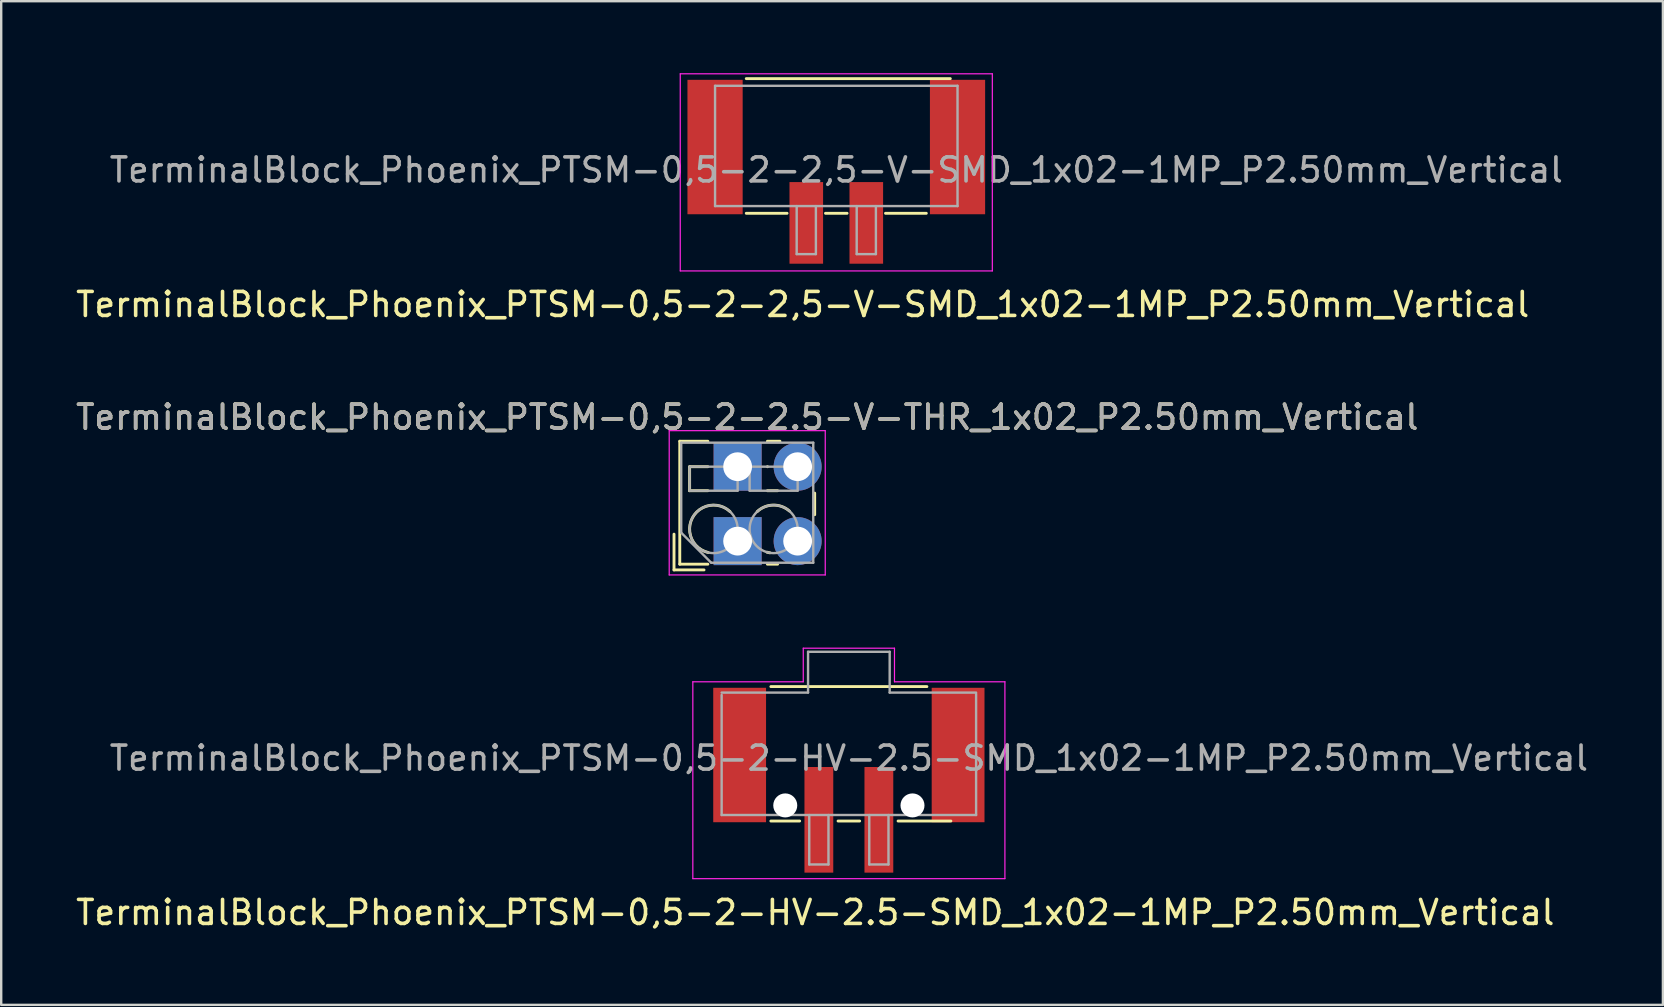
<source format=kicad_pcb>
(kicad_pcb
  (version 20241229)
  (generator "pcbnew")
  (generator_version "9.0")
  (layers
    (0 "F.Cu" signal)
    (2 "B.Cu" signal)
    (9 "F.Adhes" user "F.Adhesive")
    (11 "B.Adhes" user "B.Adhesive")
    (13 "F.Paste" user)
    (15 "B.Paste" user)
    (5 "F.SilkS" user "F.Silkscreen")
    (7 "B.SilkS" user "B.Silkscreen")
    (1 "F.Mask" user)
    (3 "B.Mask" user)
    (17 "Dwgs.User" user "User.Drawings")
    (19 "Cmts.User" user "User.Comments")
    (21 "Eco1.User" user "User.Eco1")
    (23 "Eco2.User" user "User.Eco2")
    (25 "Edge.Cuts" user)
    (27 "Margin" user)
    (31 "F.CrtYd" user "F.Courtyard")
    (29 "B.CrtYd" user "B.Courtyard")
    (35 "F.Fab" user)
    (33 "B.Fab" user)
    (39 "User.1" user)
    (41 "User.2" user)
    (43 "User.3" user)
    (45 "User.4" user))
  (footprint "TerminalBlock_Phoenix_PTSM-0,5-2-2.5-V-THR_1x02_P2.50mm_Vertical"
    (layer "F.Cu")
    (at 27.677 19.491)
    (property "Reference" "TerminalBlock_Phoenix_PTSM-0,5-2-2.5-V-THR_1x02_P2.50mm_Vertical" (at 0.4 -5.16 0) (layer "F.SilkS") (effects (font (size 1 1) (thickness 0.15))))
    (attr through_hole)
    (fp_line (start -2.65 -0.29) (end -2.65 1.2) (stroke (width 0.12) (type solid)) (layer "F.SilkS"))
    (fp_line (start -2.65 1.2) (end -1.4 1.2) (stroke (width 0.12) (type solid)) (layer "F.SilkS"))
    (fp_line (start -2.41 -4.16) (end -2.41 0.961) (stroke (width 0.12) (type solid)) (layer "F.SilkS"))
    (fp_line (start -2.41 -4.16) (end -1.24 -4.16) (stroke (width 0.12) (type solid)) (layer "F.SilkS"))
    (fp_line (start -2.41 0.961) (end -1.24 0.961) (stroke (width 0.12) (type solid)) (layer "F.SilkS"))
    (fp_line (start -2 -3.1) (end -2 -2.1) (stroke (width 0.12) (type solid)) (layer "F.SilkS"))
    (fp_line (start -2 -3.1) (end -1.24 -3.1) (stroke (width 0.12) (type solid)) (layer "F.SilkS"))
    (fp_line (start -2 -2.1) (end -1.24 -2.1) (stroke (width 0.12) (type solid)) (layer "F.SilkS"))
    (fp_line (start 1.24 -4.16) (end 1.763 -4.16) (stroke (width 0.12) (type solid)) (layer "F.SilkS"))
    (fp_line (start 1.24 -3.1) (end 1.245 -3.1) (stroke (width 0.12) (type solid)) (layer "F.SilkS"))
    (fp_line (start 1.24 -2.1) (end 1.665 -2.1) (stroke (width 0.12) (type solid)) (layer "F.SilkS"))
    (fp_line (start 1.24 0.961) (end 1.665 0.961) (stroke (width 0.12) (type solid)) (layer "F.SilkS"))
    (fp_line (start 3.21 -2) (end 3.21 -1.1) (stroke (width 0.12) (type solid)) (layer "F.SilkS"))
    (fp_arc (start -1.224629 0.474931) (mid -1.883573 -0.969306) (end -0.318 -1.232) (stroke (width 0.12) (type solid)) (layer "F.SilkS"))
    (fp_arc (start 0.817811 -1.23232) (mid 1.483053 -1.500693) (end 2.157 -1.255) (stroke (width 0.12) (type solid)) (layer "F.SilkS"))
    (fp_arc (start 1.344288 0.488343) (mid 1.284242 0.476994) (end 1.225 0.462) (stroke (width 0.12) (type solid)) (layer "F.SilkS"))
    (fp_line (start -2.85 -4.6) (end -2.85 1.41) (stroke (width 0.05) (type solid)) (layer "F.CrtYd"))
    (fp_line (start -2.85 1.41) (end 3.65 1.41) (stroke (width 0.05) (type solid)) (layer "F.CrtYd"))
    (fp_line (start 3.65 -4.6) (end -2.85 -4.6) (stroke (width 0.05) (type solid)) (layer "F.CrtYd"))
    (fp_line (start 3.65 1.41) (end 3.65 -4.6) (stroke (width 0.05) (type solid)) (layer "F.CrtYd"))
    (fp_line (start -2.35 -4.1) (end 3.15 -4.1) (stroke (width 0.1) (type solid)) (layer "F.Fab"))
    (fp_line (start -2.35 -0.35) (end -2.35 -4.1) (stroke (width 0.1) (type solid)) (layer "F.Fab"))
    (fp_line (start -2 -3.1) (end -2 -2.1) (stroke (width 0.1) (type solid)) (layer "F.Fab"))
    (fp_line (start -2 -2.1) (end 0 -2.1) (stroke (width 0.1) (type solid)) (layer "F.Fab"))
    (fp_line (start -1.1 0.9) (end -2.35 -0.35) (stroke (width 0.1) (type solid)) (layer "F.Fab"))
    (fp_line (start 0 -3.1) (end -2 -3.1) (stroke (width 0.1) (type solid)) (layer "F.Fab"))
    (fp_line (start 0 -2.1) (end 0 -3.1) (stroke (width 0.1) (type solid)) (layer "F.Fab"))
    (fp_line (start 0.5 -3.1) (end 0.5 -2.1) (stroke (width 0.1) (type solid)) (layer "F.Fab"))
    (fp_line (start 0.5 -2.1) (end 2.5 -2.1) (stroke (width 0.1) (type solid)) (layer "F.Fab"))
    (fp_line (start 2.5 -3.1) (end 0.5 -3.1) (stroke (width 0.1) (type solid)) (layer "F.Fab"))
    (fp_line (start 2.5 -2.1) (end 2.5 -3.1) (stroke (width 0.1) (type solid)) (layer "F.Fab"))
    (fp_line (start 3.15 -4.1) (end 3.15 0.9) (stroke (width 0.1) (type solid)) (layer "F.Fab"))
    (fp_line (start 3.15 0.9) (end -1.1 0.9) (stroke (width 0.1) (type solid)) (layer "F.Fab"))
    (fp_circle (center -1 -0.5) (end 0 -0.5) (stroke (width 0.1) (type solid)) (fill no) (layer "F.Fab"))
    (fp_circle (center 1.5 -0.5) (end 2.5 -0.5) (stroke (width 0.1) (type solid)) (fill no) (layer "F.Fab"))
    (fp_text user "${REFERENCE}" (at 0.4 -5.16 0) (layer "F.Fab") (effects (font (size 1 1) (thickness 0.15))))
    (pad "1" thru_hole rect (at 0 -3.1) (size 2 2) (drill 1.2) (layers "*.Cu" "*.Mask"))
    (pad "1" thru_hole rect (at 0 0) (size 2 2) (drill 1.2) (layers "*.Cu" "*.Mask"))
    (pad "2" thru_hole circle (at 2.5 -3.1) (size 2 2) (drill 1.2) (layers "*.Cu" "*.Mask"))
    (pad "2" thru_hole circle (at 2.5 0) (size 2 2) (drill 1.2) (layers "*.Cu" "*.Mask")))
  (footprint "TerminalBlock_Phoenix_PTSM-0,5-2-2,5-V-SMD_1x02-1MP_P2.50mm_Vertical"
    (layer "F.Cu")
    (at 31.787 4.105)
    (property "Reference" "TerminalBlock_Phoenix_PTSM-0,5-2-2,5-V-SMD_1x02-1MP_P2.50mm_Vertical" (at -1.4 5.53 0) (layer "F.SilkS") (effects (font (size 1 1) (thickness 0.15))))
    (attr smd)
    (fp_line (start -3.75 -3.88) (end 4.75 -3.88) (stroke (width 0.12) (type solid)) (layer "F.SilkS"))
    (fp_line (start -2.05 1.73) (end -3.75 1.73) (stroke (width 0.12) (type solid)) (layer "F.SilkS"))
    (fp_line (start 0.45 1.73) (end -0.45 1.73) (stroke (width 0.12) (type solid)) (layer "F.SilkS"))
    (fp_line (start 3.75 1.73) (end 2.05 1.73) (stroke (width 0.12) (type solid)) (layer "F.SilkS"))
    (fp_line (start -6.5 -4.08) (end 6.5 -4.08) (stroke (width 0.05) (type solid)) (layer "F.CrtYd"))
    (fp_line (start -6.5 4.13) (end -6.5 -4.08) (stroke (width 0.05) (type solid)) (layer "F.CrtYd"))
    (fp_line (start 6.5 -4.08) (end 6.5 4.13) (stroke (width 0.05) (type solid)) (layer "F.CrtYd"))
    (fp_line (start 6.5 4.13) (end -6.5 4.13) (stroke (width 0.05) (type solid)) (layer "F.CrtYd"))
    (fp_line (start -5.05 -3.58) (end 5.05 -3.58) (stroke (width 0.1) (type solid)) (layer "F.Fab"))
    (fp_line (start -5.05 1.43) (end -5.05 -3.58) (stroke (width 0.1) (type solid)) (layer "F.Fab"))
    (fp_line (start -1.65 1.43) (end -1.65 3.43) (stroke (width 0.1) (type solid)) (layer "F.Fab"))
    (fp_line (start -1.65 3.43) (end -0.85 3.43) (stroke (width 0.1) (type solid)) (layer "F.Fab"))
    (fp_line (start -0.85 1.43) (end -0.85 3.43) (stroke (width 0.1) (type solid)) (layer "F.Fab"))
    (fp_line (start 0.85 1.43) (end 0.85 3.43) (stroke (width 0.1) (type solid)) (layer "F.Fab"))
    (fp_line (start 0.85 3.43) (end 1.65 3.43) (stroke (width 0.1) (type solid)) (layer "F.Fab"))
    (fp_line (start 1.65 1.43) (end 1.65 3.43) (stroke (width 0.1) (type solid)) (layer "F.Fab"))
    (fp_line (start 5.05 1.43) (end -5.05 1.43) (stroke (width 0.1) (type solid)) (layer "F.Fab"))
    (fp_line (start 5.05 1.43) (end 5.05 -3.58) (stroke (width 0.1) (type solid)) (layer "F.Fab"))
    (fp_text user "${REFERENCE}" (at 0 -0.075 0) (layer "F.Fab") (effects (font (size 1 1) (thickness 0.15))))
    (pad "1" smd rect (at -1.25 2.13 180) (size 1.4 3.4) (layers "F.Cu" "F.Mask" "F.Paste"))
    (pad "2" smd rect (at 1.25 2.13 180) (size 1.4 3.4) (layers "F.Cu" "F.Mask" "F.Paste"))
    (pad "MP" smd rect (at -5.05 -1.03 180) (size 2.3 5.6) (layers "F.Cu" "F.Mask" "F.Paste"))
    (pad "MP" smd rect (at 5.05 -1.03 180) (size 2.3 5.6) (layers "F.Cu" "F.Mask" "F.Paste")))
  (footprint "TerminalBlock_Phoenix_PTSM-0,5-2-HV-2.5-SMD_1x02-1MP_P2.50mm_Vertical"
    (layer "F.Cu")
    (at 32.311 29.451)
    (property "Reference" "TerminalBlock_Phoenix_PTSM-0,5-2-HV-2.5-SMD_1x02-1MP_P2.50mm_Vertical" (at -1.4 5.51 0) (layer "F.SilkS") (effects (font (size 1 1) (thickness 0.15))))
    (attr smd)
    (fp_line (start -3.25 -3.9) (end 3.25 -3.9) (stroke (width 0.12) (type solid)) (layer "F.SilkS"))
    (fp_line (start -2.05 1.7) (end -3.25 1.7) (stroke (width 0.12) (type solid)) (layer "F.SilkS"))
    (fp_line (start 0.45 1.7) (end -0.45 1.7) (stroke (width 0.12) (type solid)) (layer "F.SilkS"))
    (fp_line (start 4.25 1.7) (end 2.05 1.7) (stroke (width 0.12) (type solid)) (layer "F.SilkS"))
    (fp_line (start -6.5 -4.1) (end -1.9 -4.1) (stroke (width 0.05) (type solid)) (layer "F.CrtYd"))
    (fp_line (start -6.5 4.1) (end -6.5 -4.1) (stroke (width 0.05) (type solid)) (layer "F.CrtYd"))
    (fp_line (start -1.9 -5.5) (end 1.9 -5.5) (stroke (width 0.05) (type solid)) (layer "F.CrtYd"))
    (fp_line (start -1.9 -4.1) (end -1.9 -5.5) (stroke (width 0.05) (type solid)) (layer "F.CrtYd"))
    (fp_line (start 1.9 -4.1) (end 1.9 -5.5) (stroke (width 0.05) (type solid)) (layer "F.CrtYd"))
    (fp_line (start 6.5 -4.1) (end 1.9 -4.1) (stroke (width 0.05) (type solid)) (layer "F.CrtYd"))
    (fp_line (start 6.5 -4.1) (end 6.5 4.1) (stroke (width 0.05) (type solid)) (layer "F.CrtYd"))
    (fp_line (start 6.5 4.1) (end -6.5 4.1) (stroke (width 0.05) (type solid)) (layer "F.CrtYd"))
    (fp_line (start -5.3 -3.65) (end -1.7 -3.65) (stroke (width 0.1) (type solid)) (layer "F.Fab"))
    (fp_line (start -5.3 1.45) (end -5.3 -3.55) (stroke (width 0.1) (type solid)) (layer "F.Fab"))
    (fp_line (start -1.7 -5.35) (end 1.7 -5.35) (stroke (width 0.1) (type solid)) (layer "F.Fab"))
    (fp_line (start -1.7 -3.65) (end -1.7 -5.35) (stroke (width 0.1) (type solid)) (layer "F.Fab"))
    (fp_line (start -1.65 1.45) (end -1.65 3.51) (stroke (width 0.1) (type solid)) (layer "F.Fab"))
    (fp_line (start -1.65 3.51) (end -0.85 3.51) (stroke (width 0.1) (type solid)) (layer "F.Fab"))
    (fp_line (start -0.85 1.45) (end -0.85 3.51) (stroke (width 0.1) (type solid)) (layer "F.Fab"))
    (fp_line (start 0.85 1.45) (end 0.85 3.51) (stroke (width 0.1) (type solid)) (layer "F.Fab"))
    (fp_line (start 0.85 3.51) (end 1.65 3.51) (stroke (width 0.1) (type solid)) (layer "F.Fab"))
    (fp_line (start 1.65 1.45) (end 1.65 3.51) (stroke (width 0.1) (type solid)) (layer "F.Fab"))
    (fp_line (start 1.7 -5.35) (end 1.7 -3.65) (stroke (width 0.1) (type solid)) (layer "F.Fab"))
    (fp_line (start 1.7 -3.65) (end 5.3 -3.65) (stroke (width 0.1) (type solid)) (layer "F.Fab"))
    (fp_line (start 5.3 1.45) (end -5.3 1.45) (stroke (width 0.1) (type solid)) (layer "F.Fab"))
    (fp_line (start 5.3 1.45) (end 5.3 -3.6) (stroke (width 0.1) (type solid)) (layer "F.Fab"))
    (fp_text user "${REFERENCE}" (at 0 -0.92 0) (layer "F.Fab") (effects (font (size 1 1) (thickness 0.15))))
    (pad "" np_thru_hole circle (at -2.65 1.05) (size 1 1) (drill 1) (layers "*.Cu" "*.Mask"))
    (pad "" np_thru_hole circle (at 2.65 1.05) (size 1 1) (drill 1) (layers "*.Cu" "*.Mask"))
    (pad "1" smd rect (at -1.25 1.65 180) (size 1.2 4.4) (layers "F.Cu" "F.Mask" "F.Paste"))
    (pad "2" smd rect (at 1.25 1.65 180) (size 1.2 4.4) (layers "F.Cu" "F.Mask" "F.Paste"))
    (pad "MP" smd rect (at -4.55 -1.05 180) (size 2.2 5.6) (layers "F.Cu" "F.Mask" "F.Paste"))
    (pad "MP" smd rect (at 4.55 -1.05 180) (size 2.2 5.6) (layers "F.Cu" "F.Mask" "F.Paste")))
  (gr_rect
    (start -3 -3)
    (end 66.221 38.81)
    (stroke (width 0.1) (type default))
    (fill no)
    (layer "Edge.Cuts")))
</source>
